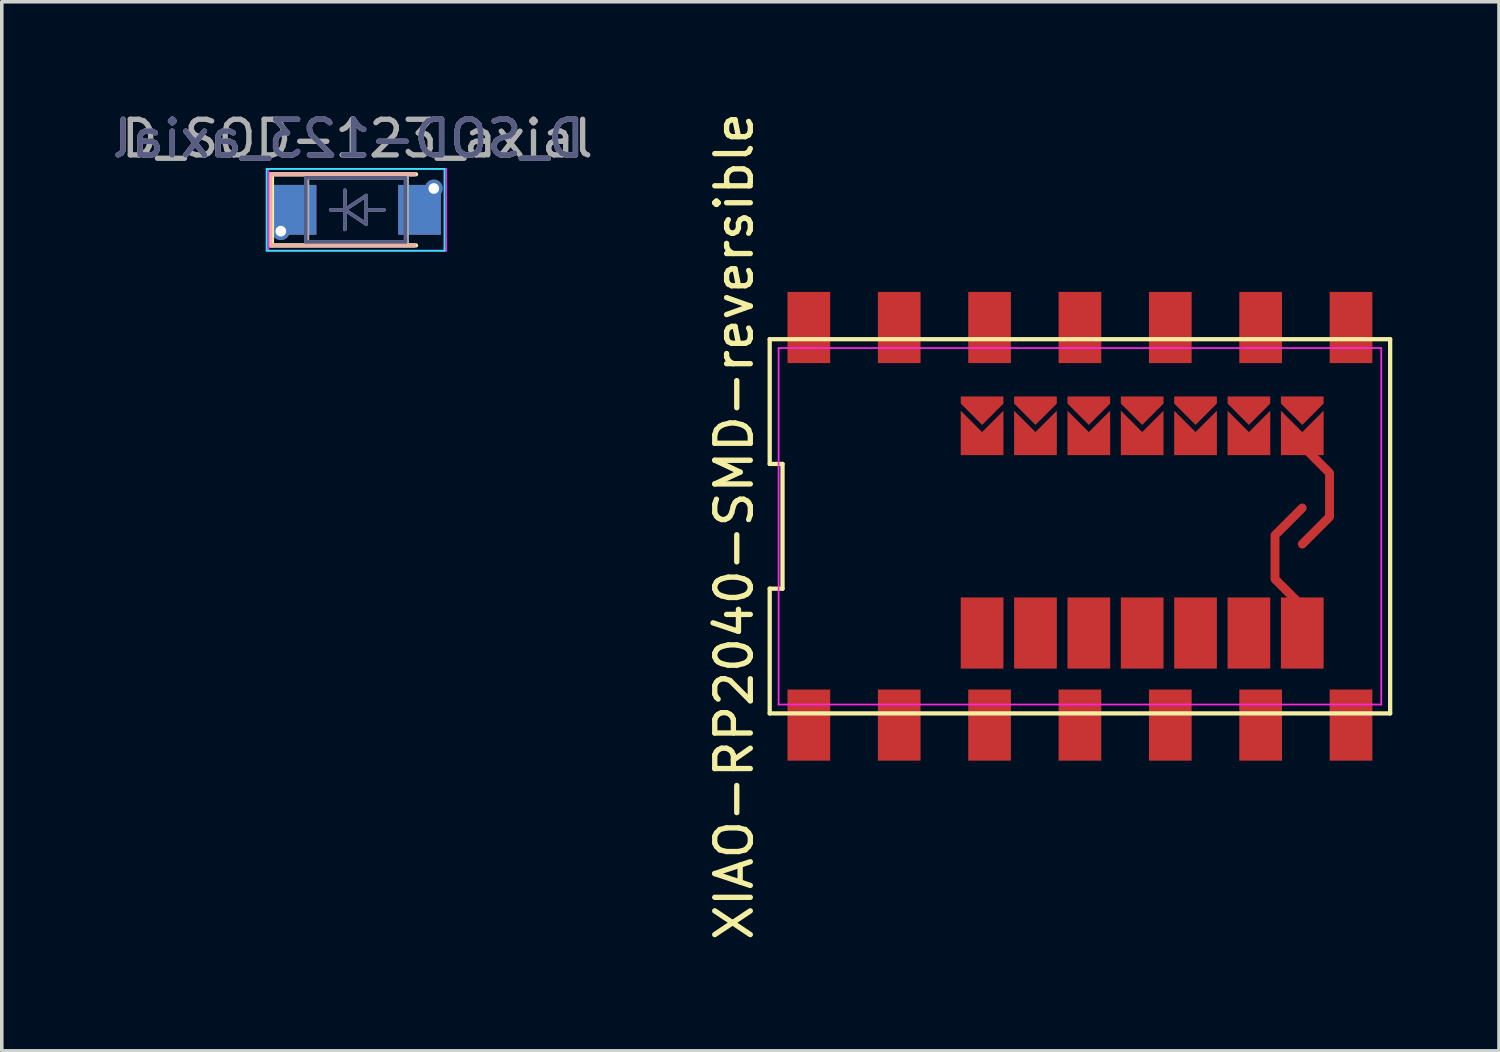
<source format=kicad_pcb>
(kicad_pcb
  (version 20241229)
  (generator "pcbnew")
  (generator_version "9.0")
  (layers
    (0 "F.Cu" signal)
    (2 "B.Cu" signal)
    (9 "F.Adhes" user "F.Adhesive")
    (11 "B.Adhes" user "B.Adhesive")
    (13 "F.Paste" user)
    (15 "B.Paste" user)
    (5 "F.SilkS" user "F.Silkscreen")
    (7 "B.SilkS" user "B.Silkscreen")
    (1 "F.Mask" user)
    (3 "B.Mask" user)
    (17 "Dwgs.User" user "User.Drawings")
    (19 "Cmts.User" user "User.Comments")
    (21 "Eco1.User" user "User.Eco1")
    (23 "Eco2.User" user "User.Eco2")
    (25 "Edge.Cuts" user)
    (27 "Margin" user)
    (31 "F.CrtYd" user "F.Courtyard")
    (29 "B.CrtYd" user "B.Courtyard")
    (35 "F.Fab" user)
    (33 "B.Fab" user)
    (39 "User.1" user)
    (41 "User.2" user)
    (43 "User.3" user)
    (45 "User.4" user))
  (footprint "XIAO-RP2040-SMD-reversible"
    (layer "F.Cu")
    (at 27.306 11.744)
    (property "Reference" "XIAO-RP2040-SMD-reversible" (at -9.72 0 90) (layer "F.SilkS") (effects (font (size 1 1) (thickness 0.15))))
    (fp_line (start -8.72 -5.26) (end -8.72 -1.753) (stroke (width 0.12) (type solid)) (layer "F.SilkS"))
    (fp_line (start -8.72 -1.753) (end -8.36 -1.753) (stroke (width 0.12) (type solid)) (layer "F.SilkS"))
    (fp_line (start -8.72 1.753) (end -8.72 5.26) (stroke (width 0.12) (type solid)) (layer "F.SilkS"))
    (fp_line (start -8.72 5.26) (end 8.72 5.26) (stroke (width 0.12) (type solid)) (layer "F.SilkS"))
    (fp_line (start -8.36 -1.753) (end -8.36 1.753) (stroke (width 0.12) (type solid)) (layer "F.SilkS"))
    (fp_line (start -8.36 1.753) (end -8.72 1.753) (stroke (width 0.12) (type solid)) (layer "F.SilkS"))
    (fp_line (start 8.72 -5.26) (end -8.72 -5.26) (stroke (width 0.12) (type solid)) (layer "F.SilkS"))
    (fp_line (start 8.72 5.26) (end 8.72 -5.26) (stroke (width 0.12) (type solid)) (layer "F.SilkS"))
    (fp_line (start -8.47 -5.01) (end 8.47 -5.01) (stroke (width 0.05) (type solid)) (layer "F.CrtYd"))
    (fp_line (start -8.47 5.01) (end -8.47 -5.01) (stroke (width 0.05) (type solid)) (layer "F.CrtYd"))
    (fp_line (start 8.47 -5.01) (end 8.47 5.01) (stroke (width 0.05) (type solid)) (layer "F.CrtYd"))
    (fp_line (start 8.47 5.01) (end -8.47 5.01) (stroke (width 0.05) (type solid)) (layer "F.CrtYd"))
    (pad "" smd rect (at -7.62 -5.588) (size 1.2 2) (layers "F.Cu" "F.Mask" "F.Paste"))
    (pad "" smd rect (at -7.62 5.588) (size 1.2 2) (layers "F.Cu" "F.Mask" "F.Paste"))
    (pad "" smd rect (at -5.08 -5.588) (size 1.2 2) (layers "F.Cu" "F.Mask" "F.Paste"))
    (pad "" smd rect (at -5.08 5.588) (size 1.2 2) (layers "F.Cu" "F.Mask" "F.Paste"))
    (pad "" smd custom (at -2.75 -3.25) (size 0.1 0.1) (layers "F.Cu" "F.Mask") (options (anchor rect)) (primitives (gr_poly (pts (xy 0.6 -0.4) (xy -0.6 -0.4) (xy -0.6 -0.2) (xy 0 0.4) (xy 0.6 -0.2)) (width 0) (fill yes))))
    (pad "" smd rect (at -2.54 -5.588) (size 1.2 2) (layers "F.Cu" "F.Mask" "F.Paste"))
    (pad "" smd rect (at -2.54 5.588) (size 1.2 2) (layers "F.Cu" "F.Mask" "F.Paste"))
    (pad "" smd custom (at -1.25 -3.25) (size 0.1 0.1) (layers "F.Cu" "F.Mask" "F.Paste") (options (anchor rect)) (primitives (gr_poly (pts (xy 0.6 -0.4) (xy -0.6 -0.4) (xy -0.6 -0.2) (xy 0 0.4) (xy 0.6 -0.2)) (width 0) (fill yes))))
    (pad "" smd rect (at 0 -5.588) (size 1.2 2) (layers "F.Cu" "F.Mask" "F.Paste"))
    (pad "" smd rect (at 0 5.588) (size 1.2 2) (layers "F.Cu" "F.Mask" "F.Paste"))
    (pad "" smd custom (at 0.25 -3.25) (size 0.1 0.1) (layers "F.Cu" "F.Mask" "F.Paste") (options (anchor rect)) (primitives (gr_poly (pts (xy 0.6 -0.4) (xy -0.6 -0.4) (xy -0.6 -0.2) (xy 0 0.4) (xy 0.6 -0.2)) (width 0) (fill yes))))
    (pad "" smd custom (at 1.75 -3.25) (size 0.1 0.1) (layers "F.Cu" "F.Mask" "F.Paste") (options (anchor rect)) (primitives (gr_poly (pts (xy 0.6 -0.4) (xy -0.6 -0.4) (xy -0.6 -0.2) (xy 0 0.4) (xy 0.6 -0.2)) (width 0) (fill yes))))
    (pad "" smd rect (at 2.54 -5.588) (size 1.2 2) (layers "F.Cu" "F.Mask" "F.Paste"))
    (pad "" smd rect (at 2.54 5.588) (size 1.2 2) (layers "F.Cu" "F.Mask" "F.Paste"))
    (pad "" smd custom (at 3.25 -3.25) (size 0.1 0.1) (layers "F.Cu" "F.Mask" "F.Paste") (options (anchor rect)) (primitives (gr_poly (pts (xy 0.6 -0.4) (xy -0.6 -0.4) (xy -0.6 -0.2) (xy 0 0.4) (xy 0.6 -0.2)) (width 0) (fill yes))))
    (pad "" smd custom (at 4.75 -3.25) (size 0.1 0.1) (layers "F.Cu" "F.Mask" "F.Paste") (options (anchor rect)) (primitives (gr_poly (pts (xy 0.6 -0.4) (xy -0.6 -0.4) (xy -0.6 -0.2) (xy 0 0.4) (xy 0.6 -0.2)) (width 0) (fill yes))))
    (pad "" smd rect (at 5.08 -5.588) (size 1.2 2) (layers "F.Cu" "F.Mask" "F.Paste"))
    (pad "" smd rect (at 5.08 5.588) (size 1.2 2) (layers "F.Cu" "F.Mask" "F.Paste"))
    (pad "" smd custom (at 6.25 -3.25) (size 0.1 0.1) (layers "F.Cu" "F.Mask" "F.Paste") (options (anchor rect)) (primitives (gr_poly (pts (xy 0.6 -0.4) (xy -0.6 -0.4) (xy -0.6 -0.2) (xy 0 0.4) (xy 0.6 -0.2)) (width 0) (fill yes))))
    (pad "" smd custom (at 6.25 0.5) (size 0.25 0.25) (layers "F.Cu") (options (anchor circle)) (primitives (gr_line (start 0 0) (end 0.766 -0.766) (width 0.25)) (gr_line (start 0.766 -0.766) (end 0.766 -2) (width 0.25)) (gr_line (start 0.766 -2) (end 0 -2.766) (width 0.25))))
    (pad "" smd custom (at 6.25 2.25) (size 0.25 0.25) (layers "F.Cu") (options (anchor circle)) (primitives (gr_line (start -0.766 -0.766) (end 0 0) (width 0.25)) (gr_line (start -0.766 -2) (end -0.766 -0.766) (width 0.25)) (gr_line (start 0 -2.766) (end -0.766 -2) (width 0.25))))
    (pad "" smd rect (at 7.62 -5.588) (size 1.2 2) (layers "F.Cu" "F.Mask" "F.Paste"))
    (pad "" smd rect (at 7.62 5.588) (size 1.2 2) (layers "F.Cu" "F.Mask" "F.Paste"))
    (pad "1" smd rect (at -2.75 3) (size 1.2 2) (layers "F.Cu" "F.Mask" "F.Paste"))
    (pad "2" smd rect (at -1.25 3) (size 1.2 2) (layers "F.Cu" "F.Mask" "F.Paste"))
    (pad "3" smd rect (at 0.25 3) (size 1.2 2) (layers "F.Cu" "F.Mask" "F.Paste"))
    (pad "4" smd rect (at 1.75 3) (size 1.2 2) (layers "F.Cu" "F.Mask" "F.Paste"))
    (pad "5" smd rect (at 3.25 3) (size 1.2 2) (layers "F.Cu" "F.Mask" "F.Paste"))
    (pad "6" smd rect (at 4.75 3) (size 1.2 2) (layers "F.Cu" "F.Mask" "F.Paste"))
    (pad "7" smd rect (at 6.25 3) (size 1.2 2) (layers "F.Cu" "F.Mask" "F.Paste"))
    (pad "8" smd custom (at 6.25 -2.25) (size 1.2 0.5) (layers "F.Cu" "F.Mask" "F.Paste") (options (anchor rect)) (primitives (gr_poly (pts (xy 0.6 0) (xy -0.6 0) (xy -0.6 -1) (xy 0 -0.4) (xy 0.6 -1)) (width 0) (fill yes))))
    (pad "9" smd custom (at 4.75 -2.25) (size 1.2 0.5) (layers "F.Cu" "F.Mask" "F.Paste") (options (anchor rect)) (primitives (gr_poly (pts (xy 0.6 0) (xy -0.6 0) (xy -0.6 -1) (xy 0 -0.4) (xy 0.6 -1)) (width 0) (fill yes))))
    (pad "10" smd custom (at 3.25 -2.25) (size 1.2 0.5) (layers "F.Cu" "F.Mask" "F.Paste") (options (anchor rect)) (primitives (gr_poly (pts (xy 0.6 0) (xy -0.6 0) (xy -0.6 -1) (xy 0 -0.4) (xy 0.6 -1)) (width 0) (fill yes))))
    (pad "11" smd custom (at 1.75 -2.25) (size 1.2 0.5) (layers "F.Cu" "F.Mask" "F.Paste") (options (anchor rect)) (primitives (gr_poly (pts (xy 0.6 0) (xy -0.6 0) (xy -0.6 -1) (xy 0 -0.4) (xy 0.6 -1)) (width 0) (fill yes))))
    (pad "12" smd custom (at 0.25 -2.25) (size 1.2 0.5) (layers "F.Cu" "F.Mask" "F.Paste") (options (anchor rect)) (primitives (gr_poly (pts (xy 0.6 0) (xy -0.6 0) (xy -0.6 -1) (xy 0 -0.4) (xy 0.6 -1)) (width 0) (fill yes))))
    (pad "13" smd custom (at -1.25 -2.25) (size 1.2 0.5) (layers "F.Cu" "F.Mask" "F.Paste") (options (anchor rect)) (primitives (gr_poly (pts (xy 0.6 0) (xy -0.6 0) (xy -0.6 -1) (xy 0 -0.4) (xy 0.6 -1)) (width 0) (fill yes))))
    (pad "14" smd custom (at -2.75 -2.25) (size 1.2 0.5) (layers "F.Cu" "F.Mask" "F.Paste") (options (anchor rect)) (primitives (gr_poly (pts (xy 0.6 0) (xy -0.6 0) (xy -0.6 -1) (xy 0 -0.4) (xy 0.6 -1)) (width 0) (fill yes)))))
  (footprint "D_SOD-123_axial"
    (layer "F.Cu")
    (at 6.944 2.848)
    (property "Reference" "D_SOD-123_axial" (at -0.2 -2 0) (layer "B.SilkS") (effects (font (size 1 1) (thickness 0.15)) (justify mirror)))
    (attr smd)
    (fp_line (start -2.35 -1) (end -2.35 1) (stroke (width 0.12) (type solid)) (layer "F.SilkS"))
    (fp_line (start -2.35 -1) (end 1.7 -1) (stroke (width 0.12) (type solid)) (layer "F.SilkS"))
    (fp_line (start -2.35 1) (end 1.7 1) (stroke (width 0.12) (type solid)) (layer "F.SilkS"))
    (fp_line (start -2.4 -1) (end -2.4 1) (stroke (width 0.12) (type solid)) (layer "B.SilkS"))
    (fp_line (start -2.4 -1) (end 1.65 -1) (stroke (width 0.12) (type solid)) (layer "B.SilkS"))
    (fp_line (start -2.4 1) (end 1.65 1) (stroke (width 0.12) (type solid)) (layer "B.SilkS"))
    (fp_line (start -2.5 -1.15) (end -2.5 1.15) (stroke (width 0.05) (type solid)) (layer "B.CrtYd"))
    (fp_line (start -2.5 -1.15) (end 2.5 -1.15) (stroke (width 0.05) (type solid)) (layer "B.CrtYd"))
    (fp_line (start 2.5 -1.15) (end 2.5 1.15) (stroke (width 0.05) (type solid)) (layer "B.CrtYd"))
    (fp_line (start 2.5 1.15) (end -2.5 1.15) (stroke (width 0.05) (type solid)) (layer "B.CrtYd"))
    (fp_line (start -2.45 -1.15) (end -2.45 1.15) (stroke (width 0.05) (type solid)) (layer "F.CrtYd"))
    (fp_line (start -2.45 -1.15) (end 2.55 -1.15) (stroke (width 0.05) (type solid)) (layer "F.CrtYd"))
    (fp_line (start 2.55 -1.15) (end 2.55 1.15) (stroke (width 0.05) (type solid)) (layer "F.CrtYd"))
    (fp_line (start 2.55 1.15) (end -2.45 1.15) (stroke (width 0.05) (type solid)) (layer "F.CrtYd"))
    (fp_line (start -1.4 -0.9) (end 1.4 -0.9) (stroke (width 0.1) (type solid)) (layer "B.Fab"))
    (fp_line (start -1.4 0.9) (end -1.4 -0.9) (stroke (width 0.1) (type solid)) (layer "B.Fab"))
    (fp_line (start -0.7 0) (end -0.3 0) (stroke (width 0.1) (type solid)) (layer "B.Fab"))
    (fp_line (start -0.3 0) (end -0.3 -0.55) (stroke (width 0.1) (type solid)) (layer "B.Fab"))
    (fp_line (start -0.3 0) (end -0.3 0.55) (stroke (width 0.1) (type solid)) (layer "B.Fab"))
    (fp_line (start -0.3 0) (end 0.3 -0.4) (stroke (width 0.1) (type solid)) (layer "B.Fab"))
    (fp_line (start 0.3 -0.4) (end 0.3 0.4) (stroke (width 0.1) (type solid)) (layer "B.Fab"))
    (fp_line (start 0.3 0) (end 0.8 0) (stroke (width 0.1) (type solid)) (layer "B.Fab"))
    (fp_line (start 0.3 0.4) (end -0.3 0) (stroke (width 0.1) (type solid)) (layer "B.Fab"))
    (fp_line (start 1.4 -0.9) (end 1.4 0.9) (stroke (width 0.1) (type solid)) (layer "B.Fab"))
    (fp_line (start 1.4 0.9) (end -1.4 0.9) (stroke (width 0.1) (type solid)) (layer "B.Fab"))
    (fp_line (start -1.35 -0.9) (end 1.45 -0.9) (stroke (width 0.1) (type solid)) (layer "F.Fab"))
    (fp_line (start -1.35 0.9) (end -1.35 -0.9) (stroke (width 0.1) (type solid)) (layer "F.Fab"))
    (fp_line (start -0.7 0) (end -0.3 0) (stroke (width 0.1) (type solid)) (layer "F.Fab"))
    (fp_line (start -0.3 0) (end -0.3 -0.55) (stroke (width 0.1) (type solid)) (layer "F.Fab"))
    (fp_line (start -0.3 0) (end -0.3 0.55) (stroke (width 0.1) (type solid)) (layer "F.Fab"))
    (fp_line (start -0.3 0) (end 0.3 -0.4) (stroke (width 0.1) (type solid)) (layer "F.Fab"))
    (fp_line (start 0.3 -0.4) (end 0.3 0.4) (stroke (width 0.1) (type solid)) (layer "F.Fab"))
    (fp_line (start 0.3 0) (end 0.8 0) (stroke (width 0.1) (type solid)) (layer "F.Fab"))
    (fp_line (start 0.3 0.4) (end -0.3 0) (stroke (width 0.1) (type solid)) (layer "F.Fab"))
    (fp_line (start 1.45 -0.9) (end 1.45 0.9) (stroke (width 0.1) (type solid)) (layer "F.Fab"))
    (fp_line (start 1.45 0.9) (end -1.35 0.9) (stroke (width 0.1) (type solid)) (layer "F.Fab"))
    (fp_text user "${REFERENCE}" (at -0.2 -2 0) (layer "B.Fab") (effects (font (size 1 1) (thickness 0.15)) (justify mirror)))
    (fp_text user "${REFERENCE}" (at 0.05 -2 0) (layer "F.Fab") (effects (font (size 1 1) (thickness 0.15))))
    (pad "1" thru_hole circle (at -2.1 0.6) (size 0.5 0.5) (drill 0.3) (layers "*.Cu" "*.Mask"))
    (pad "1" smd rect (at -1.7 0) (size 1.2 1.4) (layers "F.Cu" "F.Mask" "F.Paste"))
    (pad "1" smd rect (at -1.7 0) (size 1.2 1.4) (layers "B.Cu" "B.Mask" "B.Paste"))
    (pad "2" smd rect (at 1.8 0) (size 1.2 1.4) (layers "F.Cu" "F.Mask" "F.Paste"))
    (pad "2" smd rect (at 1.8 0) (size 1.2 1.4) (layers "B.Cu" "B.Mask" "B.Paste"))
    (pad "2" thru_hole circle (at 2.2 -0.6) (size 0.5 0.5) (drill 0.3) (layers "*.Cu" "*.Mask")))
  (gr_rect
    (start -3 -3)
    (end 39.086 26.488)
    (stroke (width 0.1) (type default))
    (fill no)
    (layer "Edge.Cuts")))
</source>
